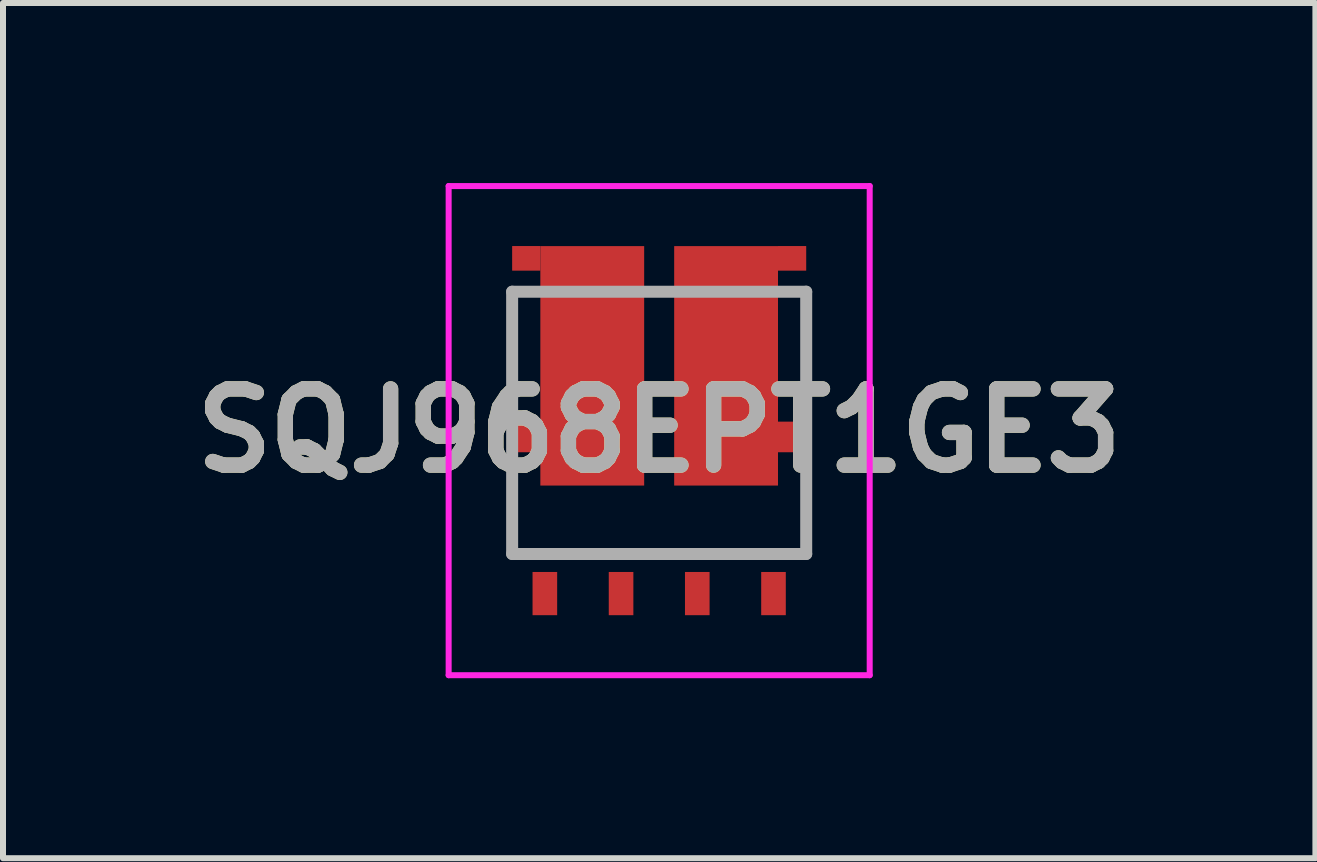
<source format=kicad_pcb>
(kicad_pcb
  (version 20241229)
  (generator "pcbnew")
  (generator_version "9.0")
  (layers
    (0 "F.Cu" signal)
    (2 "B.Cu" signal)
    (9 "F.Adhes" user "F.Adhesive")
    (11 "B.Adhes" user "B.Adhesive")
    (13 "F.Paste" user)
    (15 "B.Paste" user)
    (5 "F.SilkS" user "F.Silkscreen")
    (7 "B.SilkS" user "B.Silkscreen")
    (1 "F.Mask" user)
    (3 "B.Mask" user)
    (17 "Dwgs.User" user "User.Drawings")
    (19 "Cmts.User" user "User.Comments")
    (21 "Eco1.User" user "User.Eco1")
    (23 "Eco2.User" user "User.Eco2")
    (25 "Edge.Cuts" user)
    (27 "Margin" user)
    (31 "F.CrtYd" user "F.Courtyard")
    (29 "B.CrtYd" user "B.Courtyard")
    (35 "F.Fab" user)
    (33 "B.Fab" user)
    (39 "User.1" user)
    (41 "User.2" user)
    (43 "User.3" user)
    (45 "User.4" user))
  (footprint "SQJ968EPT1GE3"
    (layer "F.Cu")
    (at 7.934 6.181)
    (property "Reference" "SQJ968EPT1GE3" (at 0 -2.055 0) (layer "F.SilkS") (effects (font (size 1.27 1.27) (thickness 0.254))))
    (attr smd)
    (fp_line (start -2.45 -2.5) (end -2.45 -4.37) (stroke (width 0.1) (type solid)) (layer "F.SilkS"))
    (fp_line (start -2.45 -1.5) (end -2.45 0) (stroke (width 0.1) (type solid)) (layer "F.SilkS"))
    (fp_line (start -2.45 0) (end 2.45 0) (stroke (width 0.1) (type solid)) (layer "F.SilkS"))
    (fp_line (start 2.45 -2.5) (end 2.45 -4.37) (stroke (width 0.1) (type solid)) (layer "F.SilkS"))
    (fp_line (start 2.45 0) (end 2.45 -1.5) (stroke (width 0.1) (type solid)) (layer "F.SilkS"))
    (fp_line (start -3.508 -6.131) (end 3.508 -6.131) (stroke (width 0.1) (type solid)) (layer "F.CrtYd"))
    (fp_line (start -3.508 2.02) (end -3.508 -6.131) (stroke (width 0.1) (type solid)) (layer "F.CrtYd"))
    (fp_line (start 3.508 -6.131) (end 3.508 2.02) (stroke (width 0.1) (type solid)) (layer "F.CrtYd"))
    (fp_line (start 3.508 2.02) (end -3.508 2.02) (stroke (width 0.1) (type solid)) (layer "F.CrtYd"))
    (fp_line (start -2.45 -4.37) (end 2.45 -4.37) (stroke (width 0.2) (type solid)) (layer "F.Fab"))
    (fp_line (start -2.45 0) (end -2.45 -4.37) (stroke (width 0.2) (type solid)) (layer "F.Fab"))
    (fp_line (start 2.45 -4.37) (end 2.45 0) (stroke (width 0.2) (type solid)) (layer "F.Fab"))
    (fp_line (start 2.45 0) (end -2.45 0) (stroke (width 0.2) (type solid)) (layer "F.Fab"))
    (fp_text user "${REFERENCE}" (at 0 -2.055 0) (layer "F.Fab") (effects (font (size 1.27 1.27) (thickness 0.254))))
    (pad "1" smd rect (at -1.905 0.66) (size 0.41 0.72) (layers "F.Cu" "F.Mask" "F.Paste"))
    (pad "2" smd rect (at -0.635 0.66) (size 0.41 0.72) (layers "F.Cu" "F.Mask" "F.Paste"))
    (pad "3" smd rect (at 0.635 0.66) (size 0.41 0.72) (layers "F.Cu" "F.Mask" "F.Paste"))
    (pad "4" smd rect (at 1.905 0.66) (size 0.41 0.72) (layers "F.Cu" "F.Mask" "F.Paste"))
    (pad "5" smd rect (at -2.215 -4.926 90) (size 0.41 0.47) (layers "F.Cu" "F.Mask" "F.Paste"))
    (pad "5" smd rect (at -2.215 -1.95 90) (size 0.51 0.585) (layers "F.Cu" "F.Mask" "F.Paste"))
    (pad "5" smd rect (at -1.115 -3.135) (size 1.73 3.99) (layers "F.Cu" "F.Mask" "F.Paste"))
    (pad "6" smd rect (at 1.115 -3.135) (size 1.73 3.99) (layers "F.Cu" "F.Mask" "F.Paste"))
    (pad "6" smd rect (at 2.215 -4.926 90) (size 0.41 0.47) (layers "F.Cu" "F.Mask" "F.Paste"))
    (pad "6" smd rect (at 2.215 -1.95 90) (size 0.51 0.585) (layers "F.Cu" "F.Mask" "F.Paste")))
  (gr_rect
    (start -3 -3)
    (end 18.869 11.251)
    (stroke (width 0.1) (type default))
    (fill no)
    (layer "Edge.Cuts")))
</source>
